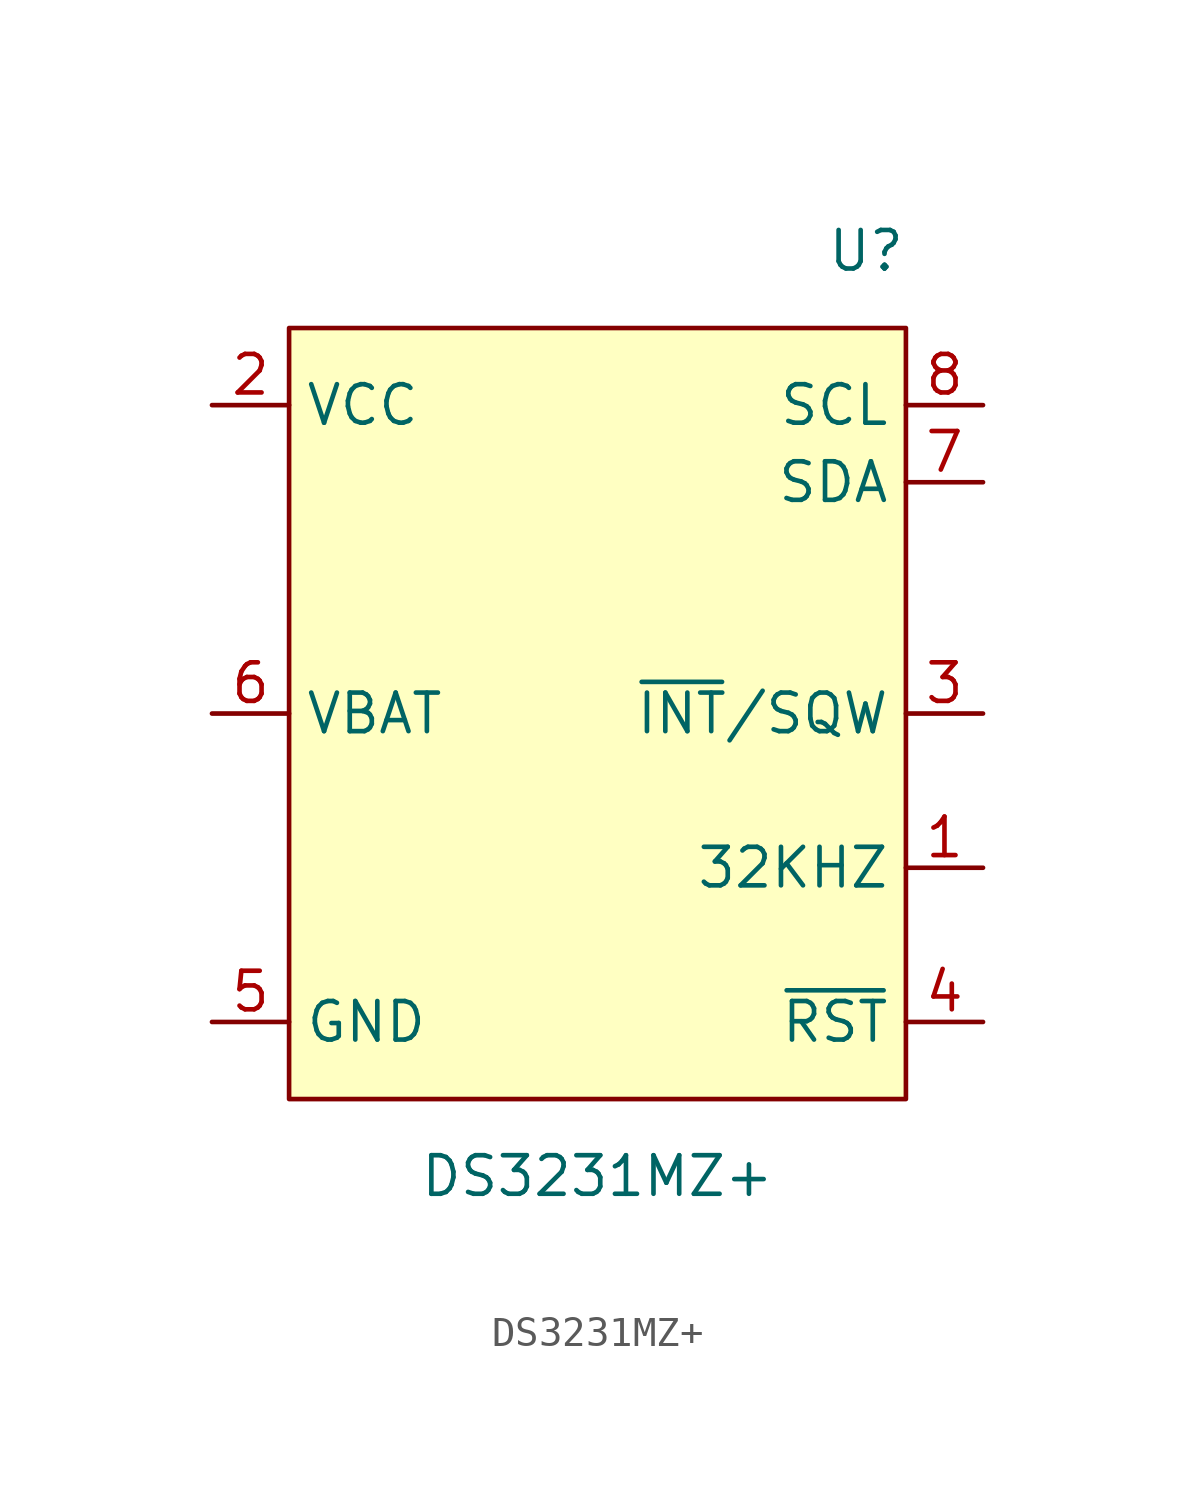
<source format=kicad_sym>
(kicad_symbol_lib
  (version 20231120)
  (generator "kicad_symbol_editor")
  (generator_version "8.0")
  (symbol "DS3231MZ+"
    (property "Reference" "U"
      (at 10.16 15.24 0)
      (effects (font (size 1.27 1.27)) (justify right)))
    (property "Value" "DS3231MZ+"
      (at 0 -15.24 0)
      (effects (font (size 1.27 1.27))))
    (symbol "DS3231MZ+_0_0"
      (pin output line (at 12.7 -5.08 180) (length 2.54) (name "32KHZ" (effects (font (size 1.27 1.27)))) (number "1" (effects (font (size 1.27 1.27)))))
      (pin power_in line (at -12.7 10.16 0) (length 2.54) (name "VCC" (effects (font (size 1.27 1.27)))) (number "2" (effects (font (size 1.27 1.27)))))
      (pin output line (at 12.7 0 180) (length 2.54) (name "~{INT}/SQW" (effects (font (size 1.27 1.27)))) (number "3" (effects (font (size 1.27 1.27)))))
      (pin power_in line (at -12.7 -10.16 0) (length 2.54) (name "GND" (effects (font (size 1.27 1.27)))) (number "5" (effects (font (size 1.27 1.27)))))
      (pin power_in line (at -12.7 0 0) (length 2.54) (name "VBAT" (effects (font (size 1.27 1.27)))) (number "6" (effects (font (size 1.27 1.27)))))
      (pin bidirectional line (at 12.7 7.62 180) (length 2.54) (name "SDA" (effects (font (size 1.27 1.27)))) (number "7" (effects (font (size 1.27 1.27)))))
      (pin input line (at 12.7 10.16 180) (length 2.54) (name "SCL" (effects (font (size 1.27 1.27)))) (number "8" (effects (font (size 1.27 1.27))))))
    (symbol "DS3231MZ+_1_0"
      (pin bidirectional line (at 12.7 -10.16 180) (length 2.54) (name "~{RST}" (effects (font (size 1.27 1.27)))) (number "4" (effects (font (size 1.27 1.27))))))
    (symbol "DS3231MZ+_1_1"
      (rectangle (start -10.16 12.7) (end 10.16 -12.7) (stroke (width 0) (type default)) (fill (type background))))))
</source>
